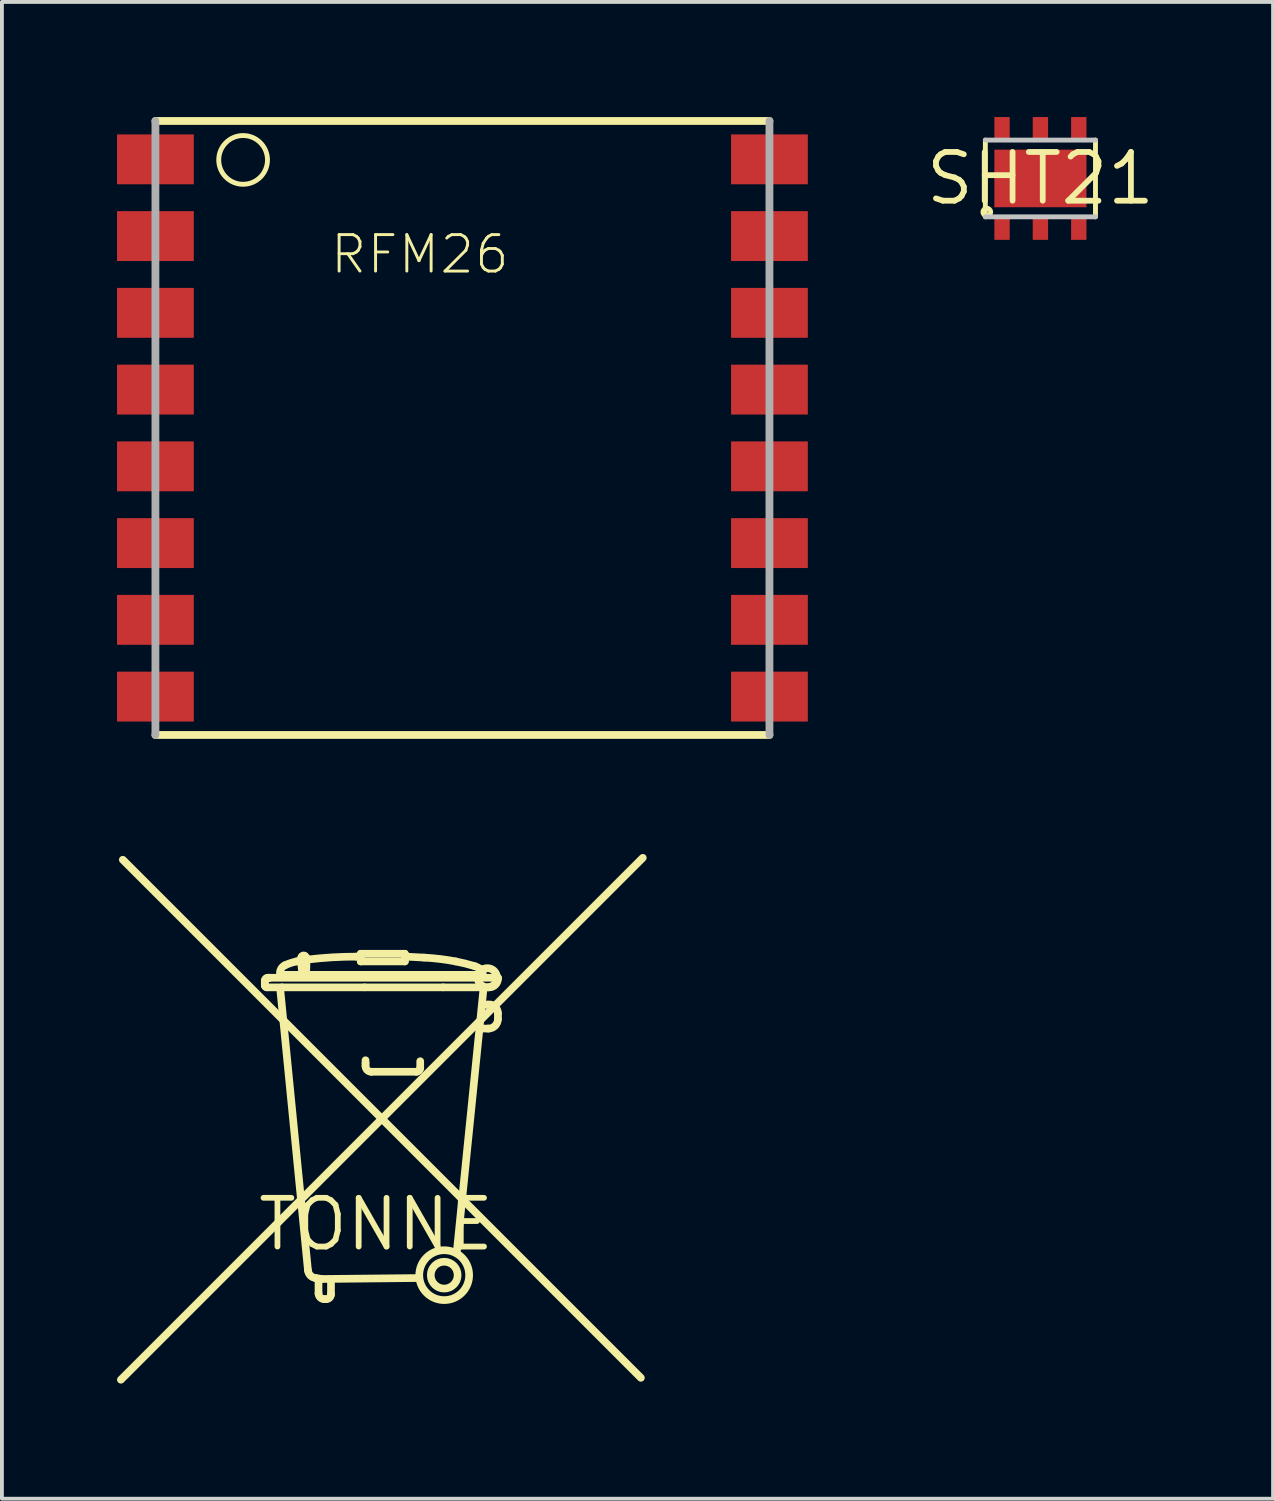
<source format=kicad_pcb>
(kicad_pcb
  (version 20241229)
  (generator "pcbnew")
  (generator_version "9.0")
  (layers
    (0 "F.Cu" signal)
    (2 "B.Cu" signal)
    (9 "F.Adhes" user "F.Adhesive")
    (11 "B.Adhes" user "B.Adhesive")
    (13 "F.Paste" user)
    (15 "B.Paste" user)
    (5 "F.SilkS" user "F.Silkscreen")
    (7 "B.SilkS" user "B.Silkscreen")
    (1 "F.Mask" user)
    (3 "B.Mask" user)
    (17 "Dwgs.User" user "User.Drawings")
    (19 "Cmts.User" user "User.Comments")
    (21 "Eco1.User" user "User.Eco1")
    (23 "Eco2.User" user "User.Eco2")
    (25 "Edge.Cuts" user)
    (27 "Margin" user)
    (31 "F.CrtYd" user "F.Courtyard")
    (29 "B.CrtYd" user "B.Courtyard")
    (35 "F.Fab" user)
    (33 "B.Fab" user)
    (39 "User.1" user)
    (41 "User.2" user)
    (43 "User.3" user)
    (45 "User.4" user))
  (footprint "SHT21"
    (layer "F.Cu")
    (at 24.061 1.6)
    (property "Reference" "SHT21" (at 0 0 0) (layer "F.SilkS") (effects (font (size 1.27 1.27) (thickness 0.15))))
    (attr through_hole)
    (fp_line (start -1.435 -1) (end -1.435 1) (stroke (width 0.127) (type solid)) (layer "F.SilkS"))
    (fp_line (start 1.435 1) (end 1.435 -1) (stroke (width 0.127) (type solid)) (layer "F.SilkS"))
    (fp_circle (center -1.397 0.876) (end -1.297 0.876) (stroke (width 0.127) (type solid)) (fill no) (layer "F.SilkS"))
    (fp_poly (pts (xy -0.55 -0.1) (xy -0.3 -0.1) (xy -0.3 -0.35) (xy -0.55 -0.35)) (stroke (width 0) (type solid)) (fill yes) (layer "F.Paste"))
    (fp_poly (pts (xy -0.3 0.35) (xy -0.3 0.1) (xy -0.55 0.1) (xy -0.55 0.35)) (stroke (width 0) (type solid)) (fill yes) (layer "F.Paste"))
    (fp_poly (pts (xy -0.15 -0.1) (xy 0.15 -0.1) (xy 0.15 -0.35) (xy -0.15 -0.35)) (stroke (width 0) (type solid)) (fill yes) (layer "F.Paste"))
    (fp_poly (pts (xy 0.15 0.1) (xy -0.15 0.1) (xy -0.15 0.35) (xy 0.15 0.35)) (stroke (width 0) (type solid)) (fill yes) (layer "F.Paste"))
    (fp_poly (pts (xy 0.3 -0.35) (xy 0.3 -0.1) (xy 0.55 -0.1) (xy 0.55 -0.35)) (stroke (width 0) (type solid)) (fill yes) (layer "F.Paste"))
    (fp_poly (pts (xy 0.55 0.1) (xy 0.3 0.1) (xy 0.3 0.35) (xy 0.55 0.35)) (stroke (width 0) (type solid)) (fill yes) (layer "F.Paste"))
    (fp_line (start -1.435 -1) (end 1.435 -1) (stroke (width 0.127) (type solid)) (layer "Dwgs.User"))
    (fp_line (start 1.435 1) (end -1.435 1) (stroke (width 0.127) (type solid)) (layer "Dwgs.User"))
    (pad "1" smd rect (at -1 1.3) (size 0.4 0.6) (layers "F.Cu" "F.Mask" "F.Paste"))
    (pad "2" smd rect (at 0 1.3) (size 0.4 0.6) (layers "F.Cu" "F.Mask" "F.Paste"))
    (pad "3" smd rect (at 1 1.3) (size 0.4 0.6) (layers "F.Cu" "F.Mask" "F.Paste"))
    (pad "4" smd rect (at 1 -1.3) (size 0.4 0.6) (layers "F.Cu" "F.Mask" "F.Paste"))
    (pad "5" smd rect (at 0 -1.3) (size 0.4 0.6) (layers "F.Cu" "F.Mask" "F.Paste"))
    (pad "6" smd rect (at -1 -1.3) (size 0.4 0.6) (layers "F.Cu" "F.Mask" "F.Paste"))
    (pad "P$1" smd rect (at 0 0) (size 2.4 1.5) (layers "F.Cu" "F.Mask")))
  (footprint "RFM26"
    (layer "F.Cu")
    (at 9 8.102)
    (property "Reference" "RFM26" (at 1.27 -5.08 180) (layer "F.SilkS") (effects (font (size 0.95 0.95) (thickness 0.076)) (justify right top)))
    (attr through_hole)
    (fp_line (start -8 -8) (end 8 -8) (stroke (width 0.203) (type solid)) (layer "F.SilkS"))
    (fp_line (start 8 8) (end -8 8) (stroke (width 0.203) (type solid)) (layer "F.SilkS"))
    (fp_circle (center -5.715 -6.985) (end -5.08 -6.985) (stroke (width 0.127) (type solid)) (fill no) (layer "F.SilkS"))
    (fp_line (start -8 -8) (end -8 8) (stroke (width 0.203) (type solid)) (layer "F.Fab"))
    (fp_line (start 8 8) (end 8 -8) (stroke (width 0.203) (type solid)) (layer "F.Fab"))
    (pad "1" smd rect (at -8 -7 90) (size 1.3 2) (layers "F.Cu" "F.Mask" "F.Paste"))
    (pad "2" smd rect (at -8 -5 90) (size 1.3 2) (layers "F.Cu" "F.Mask" "F.Paste"))
    (pad "3" smd rect (at -8 -3 90) (size 1.3 2) (layers "F.Cu" "F.Mask" "F.Paste"))
    (pad "4" smd rect (at -8 -1 90) (size 1.3 2) (layers "F.Cu" "F.Mask" "F.Paste"))
    (pad "5" smd rect (at -8 1 90) (size 1.3 2) (layers "F.Cu" "F.Mask" "F.Paste"))
    (pad "6" smd rect (at -8 3 90) (size 1.3 2) (layers "F.Cu" "F.Mask" "F.Paste"))
    (pad "7" smd rect (at -8 5 90) (size 1.3 2) (layers "F.Cu" "F.Mask" "F.Paste"))
    (pad "8" smd rect (at -8 7 90) (size 1.3 2) (layers "F.Cu" "F.Mask" "F.Paste"))
    (pad "9" smd rect (at 8 7 90) (size 1.3 2) (layers "F.Cu" "F.Mask" "F.Paste"))
    (pad "10" smd rect (at 8 5 90) (size 1.3 2) (layers "F.Cu" "F.Mask" "F.Paste"))
    (pad "11" smd rect (at 8 3 90) (size 1.3 2) (layers "F.Cu" "F.Mask" "F.Paste"))
    (pad "12" smd rect (at 8 1 90) (size 1.3 2) (layers "F.Cu" "F.Mask" "F.Paste"))
    (pad "13" smd rect (at 8 -1 90) (size 1.3 2) (layers "F.Cu" "F.Mask" "F.Paste"))
    (pad "14" smd rect (at 8 -3 90) (size 1.3 2) (layers "F.Cu" "F.Mask" "F.Paste"))
    (pad "15" smd rect (at 8 -5 90) (size 1.3 2) (layers "F.Cu" "F.Mask" "F.Paste"))
    (pad "16" smd rect (at 8 -7 90) (size 1.3 2) (layers "F.Cu" "F.Mask" "F.Paste")))
  (footprint "TONNE"
    (layer "F.Cu")
    (at 6.75 28.853)
    (property "Reference" "TONNE" (at 0 0 0) (layer "F.SilkS") (effects (font (size 1.27 1.27) (thickness 0.15))))
    (attr through_hole)
    (fp_line (start -6.65 4.05) (end 6.95 -9.55) (stroke (width 0.2) (type solid)) (layer "F.SilkS"))
    (fp_line (start -6.6 -9.5) (end 6.9 4) (stroke (width 0.2) (type solid)) (layer "F.SilkS"))
    (fp_line (start -2.9 -6.3) (end -2.9 -6.35) (stroke (width 0.2) (type solid)) (layer "F.SilkS"))
    (fp_line (start -2.9 -6.225) (end -2.9 -6.3) (stroke (width 0.2) (type solid)) (layer "F.SilkS"))
    (fp_line (start -2.825 -6.425) (end -2.8 -6.425) (stroke (width 0.2) (type solid)) (layer "F.SilkS"))
    (fp_line (start -2.8 -6.425) (end -2.775 -6.425) (stroke (width 0.2) (type solid)) (layer "F.SilkS"))
    (fp_line (start -2.8 -6.425) (end -2.775 -6.425) (stroke (width 0.2) (type solid)) (layer "F.SilkS"))
    (fp_line (start -2.775 -6.425) (end 3.175 -6.425) (stroke (width 0.2) (type solid)) (layer "F.SilkS"))
    (fp_line (start -2.5 -6.15) (end -1.775 1.2) (stroke (width 0.2) (type solid)) (layer "F.SilkS"))
    (fp_line (start -2.45 -6.175) (end -2.85 -6.175) (stroke (width 0.2) (type solid)) (layer "F.SilkS"))
    (fp_line (start -1.925 -6.55) (end -1.95 -6.8) (stroke (width 0.2) (type solid)) (layer "F.SilkS"))
    (fp_line (start -1.5 1.475) (end -1.5 1.8) (stroke (width 0.2) (type solid)) (layer "F.SilkS"))
    (fp_line (start -1.425 1.425) (end 1.1 1.4) (stroke (width 0.2) (type solid)) (layer "F.SilkS"))
    (fp_line (start -1.35 1.95) (end -1.3 1.95) (stroke (width 0.2) (type solid)) (layer "F.SilkS"))
    (fp_line (start -1.175 1.825) (end -1.175 1.475) (stroke (width 0.2) (type solid)) (layer "F.SilkS"))
    (fp_line (start -0.4 -7.05) (end 0.75 -7.05) (stroke (width 0.2) (type solid)) (layer "F.SilkS"))
    (fp_line (start -0.4 -6.975) (end -0.525 -6.975) (stroke (width 0.2) (type solid)) (layer "F.SilkS"))
    (fp_line (start -0.4 -6.85) (end -0.4 -7.05) (stroke (width 0.2) (type solid)) (layer "F.SilkS"))
    (fp_line (start -0.3 -6.175) (end -2.45 -6.175) (stroke (width 0.2) (type solid)) (layer "F.SilkS"))
    (fp_line (start -0.275 -4.275) (end -0.275 -4.2) (stroke (width 0.2) (type solid)) (layer "F.SilkS"))
    (fp_line (start -0.275 -4.2) (end -0.275 -4.125) (stroke (width 0.2) (type solid)) (layer "F.SilkS"))
    (fp_line (start -0.125 -3.975) (end 1.05 -3.975) (stroke (width 0.2) (type solid)) (layer "F.SilkS"))
    (fp_line (start 0.75 -7.05) (end 0.75 -6.85) (stroke (width 0.2) (type solid)) (layer "F.SilkS"))
    (fp_line (start 0.75 -6.85) (end -0.4 -6.85) (stroke (width 0.2) (type solid)) (layer "F.SilkS"))
    (fp_line (start 0.775 -6.975) (end 1.25 -6.95) (stroke (width 0.2) (type solid)) (layer "F.SilkS"))
    (fp_line (start 1.15 -4.075) (end 1.15 -4.25) (stroke (width 0.2) (type solid)) (layer "F.SilkS"))
    (fp_line (start 1.75 -6.175) (end -0.3 -6.175) (stroke (width 0.2) (type solid)) (layer "F.SilkS"))
    (fp_line (start 2.1 0.75) (end 2.8 -6.15) (stroke (width 0.2) (type solid)) (layer "F.SilkS"))
    (fp_line (start 2.7 -6.5) (end -2.475 -6.5) (stroke (width 0.2) (type solid)) (layer "F.SilkS"))
    (fp_line (start 2.75 -5.1) (end 2.925 -5.1) (stroke (width 0.2) (type solid)) (layer "F.SilkS"))
    (fp_line (start 2.95 -6.175) (end 1.75 -6.175) (stroke (width 0.2) (type solid)) (layer "F.SilkS"))
    (fp_line (start 3.175 -6.425) (end 3.175 -6.4) (stroke (width 0.2) (type solid)) (layer "F.SilkS"))
    (fp_line (start 3.175 -5.35) (end 3.175 -5.5) (stroke (width 0.2) (type solid)) (layer "F.SilkS"))
    (fp_arc (start -2.9 -6.35) (mid -2.878033 -6.403033) (end -2.825 -6.425) (stroke (width 0.2) (type solid)) (layer "F.SilkS"))
    (fp_arc (start -2.85 -6.175) (mid -2.885355 -6.189645) (end -2.9 -6.225) (stroke (width 0.2) (type solid)) (layer "F.SilkS"))
    (fp_arc (start -2.5 -6.499998) (mid -2.481293 -6.646895) (end -2.375 -6.75) (stroke (width 0.2) (type solid)) (layer "F.SilkS"))
    (fp_arc (start -2.375 -6.75) (mid -2.227786 -6.808358) (end -2.075 -6.85) (stroke (width 0.2) (type solid)) (layer "F.SilkS"))
    (fp_arc (start -2.075 -6.85) (mid -1.925566 -6.878397) (end -1.775 -6.9) (stroke (width 0.2) (type solid)) (layer "F.SilkS"))
    (fp_arc (start -1.95 -6.95) (mid -1.887499 -7.006516) (end -1.825 -6.949998) (stroke (width 0.2) (type solid)) (layer "F.SilkS"))
    (fp_arc (start -1.95 -6.8) (mid -1.953741 -6.875) (end -1.95 -6.95) (stroke (width 0.2) (type solid)) (layer "F.SilkS"))
    (fp_arc (start -1.825 -6.95) (mid -1.815574 -6.7625) (end -1.825 -6.575) (stroke (width 0.2) (type solid)) (layer "F.SilkS"))
    (fp_arc (start -1.775 -6.9) (mid -1.151124 -6.956233) (end -0.525 -6.975) (stroke (width 0.2) (type solid)) (layer "F.SilkS"))
    (fp_arc (start -1.575 1.4) (mid -1.499582 1.409995) (end -1.425 1.425) (stroke (width 0.2) (type solid)) (layer "F.SilkS"))
    (fp_arc (start -1.574998 1.4) (mid -1.710768 1.33577) (end -1.775 1.2) (stroke (width 0.2) (type solid)) (layer "F.SilkS"))
    (fp_arc (start -1.35 1.95) (mid -1.456066 1.906066) (end -1.5 1.8) (stroke (width 0.2) (type solid)) (layer "F.SilkS"))
    (fp_arc (start -1.175 1.825) (mid -1.211612 1.913388) (end -1.3 1.95) (stroke (width 0.2) (type solid)) (layer "F.SilkS"))
    (fp_arc (start -0.124999 -3.974999) (mid -0.231066 -4.018933) (end -0.275 -4.125) (stroke (width 0.2) (type solid)) (layer "F.SilkS"))
    (fp_arc (start 1.15 -4.075) (mid 1.120711 -4.004289) (end 1.05 -3.975) (stroke (width 0.2) (type solid)) (layer "F.SilkS"))
    (fp_arc (start 1.25 -6.95) (mid 1.664202 -6.91404) (end 2.075 -6.85) (stroke (width 0.2) (type solid)) (layer "F.SilkS"))
    (fp_arc (start 2.075 -6.85) (mid 2.32676 -6.79454) (end 2.575 -6.725) (stroke (width 0.2) (type solid)) (layer "F.SilkS"))
    (fp_arc (start 2.575 -6.725) (mid 2.653052 -6.693604) (end 2.725 -6.65) (stroke (width 0.2) (type solid)) (layer "F.SilkS"))
    (fp_arc (start 2.725 -6.65) (mid 2.774148 -6.583048) (end 2.775 -6.499998) (stroke (width 0.2) (type solid)) (layer "F.SilkS"))
    (fp_arc (start 2.899998 -5.724999) (mid 3.09081 -5.677658) (end 3.175 -5.5) (stroke (width 0.2) (type solid)) (layer "F.SilkS"))
    (fp_arc (start 2.9 -5.725) (mid 2.85 -5.719996) (end 2.8 -5.725) (stroke (width 0.2) (type solid)) (layer "F.SilkS"))
    (fp_arc (start 3.175 -6.4) (mid 3.109099 -6.240901) (end 2.95 -6.175) (stroke (width 0.2) (type solid)) (layer "F.SilkS"))
    (fp_arc (start 3.175 -5.35) (mid 3.101777 -5.173223) (end 2.925 -5.1) (stroke (width 0.2) (type solid)) (layer "F.SilkS"))
    (fp_circle (center 1.775 1.325) (end 2.125 1.325) (stroke (width 0.2) (type solid)) (fill no) (layer "F.SilkS"))
    (fp_circle (center 1.775 1.325) (end 2.425 1.325) (stroke (width 0.2) (type solid)) (fill no) (layer "F.SilkS"))
    (fp_circle (center 2.9 -6.425) (end 3.15 -6.425) (stroke (width 0.2) (type solid)) (fill no) (layer "F.SilkS")))
  (gr_rect
    (start -3 -3)
    (end 30.123 36.003)
    (stroke (width 0.1) (type default))
    (fill no)
    (layer "Edge.Cuts")))
</source>
